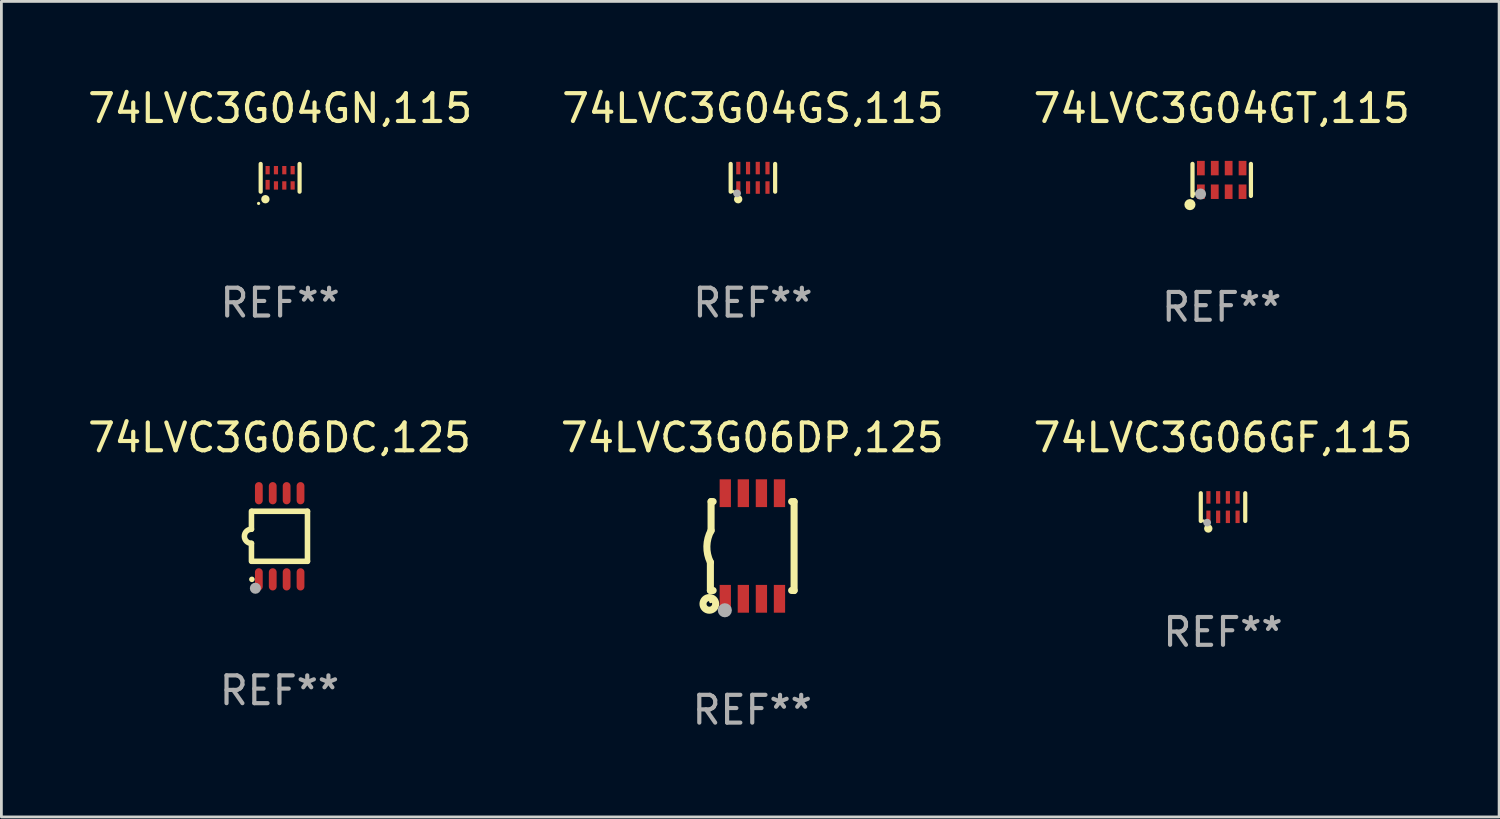
<source format=kicad_pcb>
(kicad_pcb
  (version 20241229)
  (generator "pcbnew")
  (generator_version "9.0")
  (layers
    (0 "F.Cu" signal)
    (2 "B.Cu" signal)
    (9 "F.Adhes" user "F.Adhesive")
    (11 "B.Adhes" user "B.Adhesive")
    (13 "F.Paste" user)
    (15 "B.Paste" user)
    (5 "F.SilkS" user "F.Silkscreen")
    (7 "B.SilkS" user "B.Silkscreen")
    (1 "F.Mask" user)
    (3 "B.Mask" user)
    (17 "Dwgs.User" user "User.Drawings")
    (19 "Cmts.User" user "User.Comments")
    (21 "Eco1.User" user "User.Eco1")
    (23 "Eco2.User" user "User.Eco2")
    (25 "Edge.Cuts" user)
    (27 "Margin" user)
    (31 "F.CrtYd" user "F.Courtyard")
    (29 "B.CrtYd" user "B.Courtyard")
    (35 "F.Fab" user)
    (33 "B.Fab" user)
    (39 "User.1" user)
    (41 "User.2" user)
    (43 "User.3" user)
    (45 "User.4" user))
  (footprint "74LVC3G06GF,115"
    (layer "F.Cu")
    (at 40.958 15.197)
    (property "Reference" "74LVC3G06GF,115" (at 0 -2.5 0) (layer "F.SilkS") (effects (font (size 1 1) (thickness 0.15))))
    (attr through_hole)
    (fp_line (start -0.8 -0.5) (end -0.8 0.5) (stroke (width 0.15) (type solid)) (layer "F.SilkS"))
    (fp_line (start 0.8 -0.5) (end 0.8 0.5) (stroke (width 0.15) (type solid)) (layer "F.SilkS"))
    (fp_circle (center -0.7 0.5) (end -0.67 0.5) (stroke (width 0.06) (type solid)) (fill no) (layer "F.SilkS"))
    (fp_circle (center -0.53 0.77) (end -0.454 0.77) (stroke (width 0.15) (type solid)) (fill no) (layer "F.SilkS"))
    (fp_circle (center -0.57 0.56) (end -0.5 0.56) (stroke (width 0.14) (type solid)) (fill no) (layer "F.Fab"))
    (fp_text user "REF**" (at 0 4.5 0) (layer "F.Fab") (effects (font (size 1 1) (thickness 0.15))))
    (pad "1" smd rect (at -0.525 0.35) (size 0.15 0.45) (layers "F.Cu" "F.Mask" "F.Paste"))
    (pad "2" smd rect (at -0.175 0.35) (size 0.15 0.45) (layers "F.Cu" "F.Mask" "F.Paste"))
    (pad "3" smd rect (at 0.175 0.35) (size 0.15 0.45) (layers "F.Cu" "F.Mask" "F.Paste"))
    (pad "4" smd rect (at 0.525 0.35) (size 0.15 0.45) (layers "F.Cu" "F.Mask" "F.Paste"))
    (pad "5" smd rect (at 0.525 -0.35) (size 0.15 0.45) (layers "F.Cu" "F.Mask" "F.Paste"))
    (pad "6" smd rect (at 0.175 -0.35) (size 0.15 0.45) (layers "F.Cu" "F.Mask" "F.Paste"))
    (pad "7" smd rect (at -0.175 -0.35) (size 0.15 0.45) (layers "F.Cu" "F.Mask" "F.Paste"))
    (pad "8" smd rect (at -0.525 -0.35) (size 0.15 0.45) (layers "F.Cu" "F.Mask" "F.Paste")))
  (footprint "74LVC3G06DC,125"
    (layer "F.Cu")
    (at 7.006 16.247)
    (property "Reference" "74LVC3G06DC,125" (at 0 -3.55 0) (layer "F.SilkS") (effects (font (size 1 1) (thickness 0.15))))
    (attr through_hole)
    (fp_line (start -1.008 -0.254) (end -1.008 -0.9) (stroke (width 0.2) (type solid)) (layer "F.SilkS"))
    (fp_line (start -1.008 0.254) (end -1.008 0.9) (stroke (width 0.2) (type solid)) (layer "F.SilkS"))
    (fp_line (start -0.992 0.9) (end 1.008 0.9) (stroke (width 0.2) (type solid)) (layer "F.SilkS"))
    (fp_line (start 1.008 -0.9) (end -0.992 -0.9) (stroke (width 0.2) (type solid)) (layer "F.SilkS"))
    (fp_line (start 1.008 0.9) (end 1.008 -0.9) (stroke (width 0.2) (type solid)) (layer "F.SilkS"))
    (fp_arc (start -1.008001 0.254001) (mid -1.262002 0) (end -1.008001 -0.254001) (stroke (width 0.2) (type solid)) (layer "F.SilkS"))
    (fp_circle (center -0.992 1.55) (end -0.942 1.55) (stroke (width 0.1) (type solid)) (fill no) (layer "F.SilkS"))
    (fp_circle (center -0.866 1.87) (end -0.766 1.87) (stroke (width 0.2) (type solid)) (fill no) (layer "F.Fab"))
    (fp_text user "REF**" (at 0 5.55 0) (layer "F.Fab") (effects (font (size 1 1) (thickness 0.15))))
    (pad "1" smd oval (at -0.742 1.55 270) (size 0.8 0.28) (layers "F.Cu" "F.Mask" "F.Paste"))
    (pad "2" smd oval (at -0.242 1.55 270) (size 0.8 0.28) (layers "F.Cu" "F.Mask" "F.Paste"))
    (pad "3" smd oval (at 0.258 1.55 270) (size 0.8 0.28) (layers "F.Cu" "F.Mask" "F.Paste"))
    (pad "4" smd oval (at 0.758 1.55 270) (size 0.8 0.28) (layers "F.Cu" "F.Mask" "F.Paste"))
    (pad "5" smd oval (at 0.758 -1.55 270) (size 0.8 0.28) (layers "F.Cu" "F.Mask" "F.Paste"))
    (pad "6" smd oval (at 0.258 -1.55 270) (size 0.8 0.28) (layers "F.Cu" "F.Mask" "F.Paste"))
    (pad "7" smd oval (at -0.242 -1.55 270) (size 0.8 0.28) (layers "F.Cu" "F.Mask" "F.Paste"))
    (pad "8" smd oval (at -0.742 -1.55 270) (size 0.8 0.28) (layers "F.Cu" "F.Mask" "F.Paste")))
  (footprint "74LVC3G04GS,115"
    (layer "F.Cu")
    (at 24.042 3.348)
    (property "Reference" "74LVC3G04GS,115" (at 0 -2.5 0) (layer "F.SilkS") (effects (font (size 1 1) (thickness 0.15))))
    (attr through_hole)
    (fp_line (start -0.8 -0.5) (end -0.8 0.5) (stroke (width 0.15) (type solid)) (layer "F.SilkS"))
    (fp_line (start 0.8 -0.5) (end 0.8 0.5) (stroke (width 0.15) (type solid)) (layer "F.SilkS"))
    (fp_circle (center -0.7 0.5) (end -0.67 0.5) (stroke (width 0.06) (type solid)) (fill no) (layer "F.SilkS"))
    (fp_circle (center -0.53 0.77) (end -0.454 0.77) (stroke (width 0.15) (type solid)) (fill no) (layer "F.SilkS"))
    (fp_circle (center -0.57 0.56) (end -0.5 0.56) (stroke (width 0.14) (type solid)) (fill no) (layer "F.Fab"))
    (fp_text user "REF**" (at 0 4.5 0) (layer "F.Fab") (effects (font (size 1 1) (thickness 0.15))))
    (pad "1" smd rect (at -0.525 0.35) (size 0.15 0.45) (layers "F.Cu" "F.Mask" "F.Paste"))
    (pad "2" smd rect (at -0.175 0.35) (size 0.15 0.45) (layers "F.Cu" "F.Mask" "F.Paste"))
    (pad "3" smd rect (at 0.175 0.35) (size 0.15 0.45) (layers "F.Cu" "F.Mask" "F.Paste"))
    (pad "4" smd rect (at 0.525 0.35) (size 0.15 0.45) (layers "F.Cu" "F.Mask" "F.Paste"))
    (pad "5" smd rect (at 0.525 -0.35) (size 0.15 0.45) (layers "F.Cu" "F.Mask" "F.Paste"))
    (pad "6" smd rect (at 0.175 -0.35) (size 0.15 0.45) (layers "F.Cu" "F.Mask" "F.Paste"))
    (pad "7" smd rect (at -0.175 -0.35) (size 0.15 0.45) (layers "F.Cu" "F.Mask" "F.Paste"))
    (pad "8" smd rect (at -0.525 -0.35) (size 0.15 0.45) (layers "F.Cu" "F.Mask" "F.Paste")))
  (footprint "74LVC3G06DP,125"
    (layer "F.Cu")
    (at 24.018 16.597)
    (property "Reference" "74LVC3G06DP,125" (at 0 -3.9 0) (layer "F.SilkS") (effects (font (size 1 1) (thickness 0.15))))
    (attr through_hole)
    (fp_line (start -1.506 1.6) (end -1.506 0.584) (stroke (width 0.254) (type solid)) (layer "F.SilkS"))
    (fp_line (start -1.506 1.6) (end -1.407 1.6) (stroke (width 0.254) (type solid)) (layer "F.SilkS"))
    (fp_line (start -1.481 -1.599) (end -1.481 -0.549) (stroke (width 0.254) (type solid)) (layer "F.SilkS"))
    (fp_line (start -1.481 -1.599) (end -1.407 -1.599) (stroke (width 0.254) (type solid)) (layer "F.SilkS"))
    (fp_line (start 1.417 -1.599) (end 1.506 -1.599) (stroke (width 0.254) (type solid)) (layer "F.SilkS"))
    (fp_line (start 1.417 1.6) (end 1.506 1.6) (stroke (width 0.254) (type solid)) (layer "F.SilkS"))
    (fp_line (start 1.506 1.603) (end 1.506 -1.595) (stroke (width 0.254) (type solid)) (layer "F.SilkS"))
    (fp_arc (start -1.506223 0.584328) (mid -1.632455 0.00974) (end -1.480823 -0.558674) (stroke (width 0.254001) (type solid)) (layer "F.SilkS"))
    (fp_circle (center -1.544 2.083) (end -1.443 2.083) (stroke (width 0.254) (type solid)) (fill no) (layer "F.SilkS"))
    (fp_circle (center -1.495 2) (end -1.465 2) (stroke (width 0.06) (type solid)) (fill no) (layer "F.SilkS"))
    (fp_circle (center -0.986 2.312) (end -0.859 2.312) (stroke (width 0.254) (type solid)) (fill no) (layer "F.Fab"))
    (fp_text user "REF**" (at 0 5.9 0) (layer "F.Fab") (effects (font (size 1 1) (thickness 0.15))))
    (pad "1" smd rect (at -0.97 1.9 90) (size 1 0.406) (layers "F.Cu" "F.Mask" "F.Paste"))
    (pad "2" smd rect (at -0.32 1.9 90) (size 1 0.406) (layers "F.Cu" "F.Mask" "F.Paste"))
    (pad "3" smd rect (at 0.33 1.9 90) (size 1 0.406) (layers "F.Cu" "F.Mask" "F.Paste"))
    (pad "4" smd rect (at 0.98 1.9 90) (size 1 0.406) (layers "F.Cu" "F.Mask" "F.Paste"))
    (pad "5" smd rect (at 0.98 -1.9 90) (size 1 0.406) (layers "F.Cu" "F.Mask" "F.Paste"))
    (pad "6" smd rect (at 0.33 -1.9 90) (size 1 0.406) (layers "F.Cu" "F.Mask" "F.Paste"))
    (pad "7" smd rect (at -0.32 -1.9 90) (size 1 0.406) (layers "F.Cu" "F.Mask" "F.Paste"))
    (pad "8" smd rect (at -0.97 -1.9 90) (size 1 0.406) (layers "F.Cu" "F.Mask" "F.Paste")))
  (footprint "74LVC3G04GN,115"
    (layer "F.Cu")
    (at 7.03 3.348)
    (property "Reference" "74LVC3G04GN,115" (at 0 -2.5 0) (layer "F.SilkS") (effects (font (size 1 1) (thickness 0.15))))
    (attr through_hole)
    (fp_line (start -0.7 -0.5) (end -0.7 0.5) (stroke (width 0.15) (type solid)) (layer "F.SilkS"))
    (fp_line (start 0.7 -0.5) (end 0.7 0.5) (stroke (width 0.15) (type solid)) (layer "F.SilkS"))
    (fp_circle (center -0.775 0.922) (end -0.745 0.922) (stroke (width 0.06) (type solid)) (fill no) (layer "F.SilkS"))
    (fp_circle (center -0.53 0.77) (end -0.454 0.77) (stroke (width 0.15) (type solid)) (fill no) (layer "F.SilkS"))
    (fp_text user "REF**" (at 0 4.5 0) (layer "F.Fab") (effects (font (size 1 1) (thickness 0.15))))
    (pad "1" smd rect (at -0.45 0.25) (size 0.15 0.35) (layers "F.Cu" "F.Mask" "F.Paste"))
    (pad "2" smd rect (at -0.15 0.275) (size 0.15 0.3) (layers "F.Cu" "F.Mask" "F.Paste"))
    (pad "3" smd rect (at 0.15 0.275) (size 0.15 0.3) (layers "F.Cu" "F.Mask" "F.Paste"))
    (pad "4" smd rect (at 0.45 0.275) (size 0.15 0.3) (layers "F.Cu" "F.Mask" "F.Paste"))
    (pad "5" smd rect (at 0.45 -0.275) (size 0.15 0.3) (layers "F.Cu" "F.Mask" "F.Paste"))
    (pad "6" smd rect (at 0.15 -0.275) (size 0.15 0.3) (layers "F.Cu" "F.Mask" "F.Paste"))
    (pad "7" smd rect (at -0.15 -0.275) (size 0.15 0.3) (layers "F.Cu" "F.Mask" "F.Paste"))
    (pad "8" smd rect (at -0.45 -0.275) (size 0.15 0.3) (layers "F.Cu" "F.Mask" "F.Paste")))
  (footprint "74LVC3G04GT,115"
    (layer "F.Cu")
    (at 40.911 3.424)
    (property "Reference" "74LVC3G04GT,115" (at 0 -2.576 0) (layer "F.SilkS") (effects (font (size 1 1) (thickness 0.15))))
    (attr through_hole)
    (fp_line (start -1.051 0.576) (end -1.051 -0.576) (stroke (width 0.152) (type solid)) (layer "F.SilkS"))
    (fp_line (start 1.051 -0.576) (end 1.051 0.576) (stroke (width 0.152) (type solid)) (layer "F.SilkS"))
    (fp_circle (center -1.143 0.889) (end -1.043 0.889) (stroke (width 0.2) (type solid)) (fill no) (layer "F.SilkS"))
    (fp_circle (center -0.975 0.5) (end -0.945 0.5) (stroke (width 0.06) (type solid)) (fill no) (layer "F.SilkS"))
    (fp_circle (center -0.762 0.508) (end -0.662 0.508) (stroke (width 0.2) (type solid)) (fill no) (layer "F.Fab"))
    (fp_text user "REF**" (at 0 4.576 0) (layer "F.Fab") (effects (font (size 1 1) (thickness 0.15))))
    (pad "1" smd rect (at -0.75 0.425) (size 0.28 0.521) (layers "F.Cu" "F.Mask" "F.Paste"))
    (pad "2" smd rect (at -0.25 0.425) (size 0.28 0.521) (layers "F.Cu" "F.Mask" "F.Paste"))
    (pad "3" smd rect (at 0.25 0.425) (size 0.28 0.521) (layers "F.Cu" "F.Mask" "F.Paste"))
    (pad "4" smd rect (at 0.75 0.425) (size 0.28 0.521) (layers "F.Cu" "F.Mask" "F.Paste"))
    (pad "5" smd rect (at 0.75 -0.425) (size 0.28 0.521) (layers "F.Cu" "F.Mask" "F.Paste"))
    (pad "6" smd rect (at 0.25 -0.425) (size 0.28 0.521) (layers "F.Cu" "F.Mask" "F.Paste"))
    (pad "7" smd rect (at -0.25 -0.425) (size 0.28 0.521) (layers "F.Cu" "F.Mask" "F.Paste"))
    (pad "8" smd rect (at -0.75 -0.425) (size 0.28 0.521) (layers "F.Cu" "F.Mask" "F.Paste")))
  (gr_rect
    (start -3 -3)
    (end 50.893 26.346)
    (stroke (width 0.1) (type default))
    (fill no)
    (layer "Edge.Cuts")))
</source>
